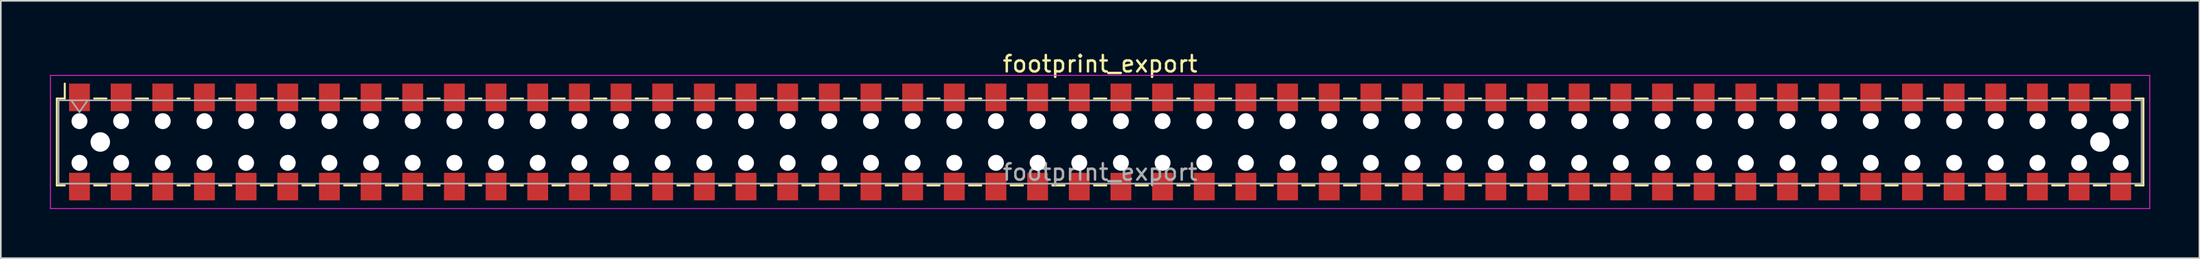
<source format=kicad_pcb>
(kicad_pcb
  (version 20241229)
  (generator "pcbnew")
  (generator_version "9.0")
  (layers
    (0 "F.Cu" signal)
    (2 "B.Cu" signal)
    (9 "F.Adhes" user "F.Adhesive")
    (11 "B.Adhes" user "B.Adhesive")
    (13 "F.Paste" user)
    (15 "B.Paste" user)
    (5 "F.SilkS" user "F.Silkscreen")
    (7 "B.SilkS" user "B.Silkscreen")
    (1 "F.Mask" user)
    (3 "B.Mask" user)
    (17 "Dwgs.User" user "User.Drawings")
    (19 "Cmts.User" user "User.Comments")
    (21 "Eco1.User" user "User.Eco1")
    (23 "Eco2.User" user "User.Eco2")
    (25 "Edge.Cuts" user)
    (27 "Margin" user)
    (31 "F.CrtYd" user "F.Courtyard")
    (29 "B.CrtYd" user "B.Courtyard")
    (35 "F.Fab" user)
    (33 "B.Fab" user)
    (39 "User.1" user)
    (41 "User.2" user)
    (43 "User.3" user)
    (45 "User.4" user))
  (footprint "footprint_export"
    (layer "F.Cu")
    (at 64.025 5.608)
    (property "Reference" "footprint_export" (at 0 -4.76 0) (layer "F.SilkS") (effects (font (size 1 1) (thickness 0.15))))
    (attr smd)
    (fp_line (start -63.61 -2.65) (end -63.61 2.65) (stroke (width 0.12) (type solid)) (layer "F.SilkS"))
    (fp_line (start -63.61 2.65) (end -63.125 2.65) (stroke (width 0.12) (type solid)) (layer "F.SilkS"))
    (fp_line (start -63.125 -3.56) (end -63.125 -2.65) (stroke (width 0.12) (type solid)) (layer "F.SilkS"))
    (fp_line (start -63.125 -2.65) (end -63.61 -2.65) (stroke (width 0.12) (type solid)) (layer "F.SilkS"))
    (fp_line (start -61.335 -2.65) (end -60.585 -2.65) (stroke (width 0.12) (type solid)) (layer "F.SilkS"))
    (fp_line (start -61.335 2.65) (end -60.585 2.65) (stroke (width 0.12) (type solid)) (layer "F.SilkS"))
    (fp_line (start -58.795 -2.65) (end -58.045 -2.65) (stroke (width 0.12) (type solid)) (layer "F.SilkS"))
    (fp_line (start -58.795 2.65) (end -58.045 2.65) (stroke (width 0.12) (type solid)) (layer "F.SilkS"))
    (fp_line (start -56.255 -2.65) (end -55.505 -2.65) (stroke (width 0.12) (type solid)) (layer "F.SilkS"))
    (fp_line (start -56.255 2.65) (end -55.505 2.65) (stroke (width 0.12) (type solid)) (layer "F.SilkS"))
    (fp_line (start -53.715 -2.65) (end -52.965 -2.65) (stroke (width 0.12) (type solid)) (layer "F.SilkS"))
    (fp_line (start -53.715 2.65) (end -52.965 2.65) (stroke (width 0.12) (type solid)) (layer "F.SilkS"))
    (fp_line (start -51.175 -2.65) (end -50.425 -2.65) (stroke (width 0.12) (type solid)) (layer "F.SilkS"))
    (fp_line (start -51.175 2.65) (end -50.425 2.65) (stroke (width 0.12) (type solid)) (layer "F.SilkS"))
    (fp_line (start -48.635 -2.65) (end -47.885 -2.65) (stroke (width 0.12) (type solid)) (layer "F.SilkS"))
    (fp_line (start -48.635 2.65) (end -47.885 2.65) (stroke (width 0.12) (type solid)) (layer "F.SilkS"))
    (fp_line (start -46.095 -2.65) (end -45.345 -2.65) (stroke (width 0.12) (type solid)) (layer "F.SilkS"))
    (fp_line (start -46.095 2.65) (end -45.345 2.65) (stroke (width 0.12) (type solid)) (layer "F.SilkS"))
    (fp_line (start -43.555 -2.65) (end -42.805 -2.65) (stroke (width 0.12) (type solid)) (layer "F.SilkS"))
    (fp_line (start -43.555 2.65) (end -42.805 2.65) (stroke (width 0.12) (type solid)) (layer "F.SilkS"))
    (fp_line (start -41.015 -2.65) (end -40.265 -2.65) (stroke (width 0.12) (type solid)) (layer "F.SilkS"))
    (fp_line (start -41.015 2.65) (end -40.265 2.65) (stroke (width 0.12) (type solid)) (layer "F.SilkS"))
    (fp_line (start -38.475 -2.65) (end -37.725 -2.65) (stroke (width 0.12) (type solid)) (layer "F.SilkS"))
    (fp_line (start -38.475 2.65) (end -37.725 2.65) (stroke (width 0.12) (type solid)) (layer "F.SilkS"))
    (fp_line (start -35.935 -2.65) (end -35.185 -2.65) (stroke (width 0.12) (type solid)) (layer "F.SilkS"))
    (fp_line (start -35.935 2.65) (end -35.185 2.65) (stroke (width 0.12) (type solid)) (layer "F.SilkS"))
    (fp_line (start -33.395 -2.65) (end -32.645 -2.65) (stroke (width 0.12) (type solid)) (layer "F.SilkS"))
    (fp_line (start -33.395 2.65) (end -32.645 2.65) (stroke (width 0.12) (type solid)) (layer "F.SilkS"))
    (fp_line (start -30.855 -2.65) (end -30.105 -2.65) (stroke (width 0.12) (type solid)) (layer "F.SilkS"))
    (fp_line (start -30.855 2.65) (end -30.105 2.65) (stroke (width 0.12) (type solid)) (layer "F.SilkS"))
    (fp_line (start -28.315 -2.65) (end -27.565 -2.65) (stroke (width 0.12) (type solid)) (layer "F.SilkS"))
    (fp_line (start -28.315 2.65) (end -27.565 2.65) (stroke (width 0.12) (type solid)) (layer "F.SilkS"))
    (fp_line (start -25.775 -2.65) (end -25.025 -2.65) (stroke (width 0.12) (type solid)) (layer "F.SilkS"))
    (fp_line (start -25.775 2.65) (end -25.025 2.65) (stroke (width 0.12) (type solid)) (layer "F.SilkS"))
    (fp_line (start -23.235 -2.65) (end -22.485 -2.65) (stroke (width 0.12) (type solid)) (layer "F.SilkS"))
    (fp_line (start -23.235 2.65) (end -22.485 2.65) (stroke (width 0.12) (type solid)) (layer "F.SilkS"))
    (fp_line (start -20.695 -2.65) (end -19.945 -2.65) (stroke (width 0.12) (type solid)) (layer "F.SilkS"))
    (fp_line (start -20.695 2.65) (end -19.945 2.65) (stroke (width 0.12) (type solid)) (layer "F.SilkS"))
    (fp_line (start -18.155 -2.65) (end -17.405 -2.65) (stroke (width 0.12) (type solid)) (layer "F.SilkS"))
    (fp_line (start -18.155 2.65) (end -17.405 2.65) (stroke (width 0.12) (type solid)) (layer "F.SilkS"))
    (fp_line (start -15.615 -2.65) (end -14.865 -2.65) (stroke (width 0.12) (type solid)) (layer "F.SilkS"))
    (fp_line (start -15.615 2.65) (end -14.865 2.65) (stroke (width 0.12) (type solid)) (layer "F.SilkS"))
    (fp_line (start -13.075 -2.65) (end -12.325 -2.65) (stroke (width 0.12) (type solid)) (layer "F.SilkS"))
    (fp_line (start -13.075 2.65) (end -12.325 2.65) (stroke (width 0.12) (type solid)) (layer "F.SilkS"))
    (fp_line (start -10.535 -2.65) (end -9.785 -2.65) (stroke (width 0.12) (type solid)) (layer "F.SilkS"))
    (fp_line (start -10.535 2.65) (end -9.785 2.65) (stroke (width 0.12) (type solid)) (layer "F.SilkS"))
    (fp_line (start -7.995 -2.65) (end -7.245 -2.65) (stroke (width 0.12) (type solid)) (layer "F.SilkS"))
    (fp_line (start -7.995 2.65) (end -7.245 2.65) (stroke (width 0.12) (type solid)) (layer "F.SilkS"))
    (fp_line (start -5.455 -2.65) (end -4.705 -2.65) (stroke (width 0.12) (type solid)) (layer "F.SilkS"))
    (fp_line (start -5.455 2.65) (end -4.705 2.65) (stroke (width 0.12) (type solid)) (layer "F.SilkS"))
    (fp_line (start -2.915 -2.65) (end -2.165 -2.65) (stroke (width 0.12) (type solid)) (layer "F.SilkS"))
    (fp_line (start -2.915 2.65) (end -2.165 2.65) (stroke (width 0.12) (type solid)) (layer "F.SilkS"))
    (fp_line (start -0.375 -2.65) (end 0.375 -2.65) (stroke (width 0.12) (type solid)) (layer "F.SilkS"))
    (fp_line (start -0.375 2.65) (end 0.375 2.65) (stroke (width 0.12) (type solid)) (layer "F.SilkS"))
    (fp_line (start 2.165 -2.65) (end 2.915 -2.65) (stroke (width 0.12) (type solid)) (layer "F.SilkS"))
    (fp_line (start 2.165 2.65) (end 2.915 2.65) (stroke (width 0.12) (type solid)) (layer "F.SilkS"))
    (fp_line (start 4.705 -2.65) (end 5.455 -2.65) (stroke (width 0.12) (type solid)) (layer "F.SilkS"))
    (fp_line (start 4.705 2.65) (end 5.455 2.65) (stroke (width 0.12) (type solid)) (layer "F.SilkS"))
    (fp_line (start 7.245 -2.65) (end 7.995 -2.65) (stroke (width 0.12) (type solid)) (layer "F.SilkS"))
    (fp_line (start 7.245 2.65) (end 7.995 2.65) (stroke (width 0.12) (type solid)) (layer "F.SilkS"))
    (fp_line (start 9.785 -2.65) (end 10.535 -2.65) (stroke (width 0.12) (type solid)) (layer "F.SilkS"))
    (fp_line (start 9.785 2.65) (end 10.535 2.65) (stroke (width 0.12) (type solid)) (layer "F.SilkS"))
    (fp_line (start 12.325 -2.65) (end 13.075 -2.65) (stroke (width 0.12) (type solid)) (layer "F.SilkS"))
    (fp_line (start 12.325 2.65) (end 13.075 2.65) (stroke (width 0.12) (type solid)) (layer "F.SilkS"))
    (fp_line (start 14.865 -2.65) (end 15.615 -2.65) (stroke (width 0.12) (type solid)) (layer "F.SilkS"))
    (fp_line (start 14.865 2.65) (end 15.615 2.65) (stroke (width 0.12) (type solid)) (layer "F.SilkS"))
    (fp_line (start 17.405 -2.65) (end 18.155 -2.65) (stroke (width 0.12) (type solid)) (layer "F.SilkS"))
    (fp_line (start 17.405 2.65) (end 18.155 2.65) (stroke (width 0.12) (type solid)) (layer "F.SilkS"))
    (fp_line (start 19.945 -2.65) (end 20.695 -2.65) (stroke (width 0.12) (type solid)) (layer "F.SilkS"))
    (fp_line (start 19.945 2.65) (end 20.695 2.65) (stroke (width 0.12) (type solid)) (layer "F.SilkS"))
    (fp_line (start 22.485 -2.65) (end 23.235 -2.65) (stroke (width 0.12) (type solid)) (layer "F.SilkS"))
    (fp_line (start 22.485 2.65) (end 23.235 2.65) (stroke (width 0.12) (type solid)) (layer "F.SilkS"))
    (fp_line (start 25.025 -2.65) (end 25.775 -2.65) (stroke (width 0.12) (type solid)) (layer "F.SilkS"))
    (fp_line (start 25.025 2.65) (end 25.775 2.65) (stroke (width 0.12) (type solid)) (layer "F.SilkS"))
    (fp_line (start 27.565 -2.65) (end 28.315 -2.65) (stroke (width 0.12) (type solid)) (layer "F.SilkS"))
    (fp_line (start 27.565 2.65) (end 28.315 2.65) (stroke (width 0.12) (type solid)) (layer "F.SilkS"))
    (fp_line (start 30.105 -2.65) (end 30.855 -2.65) (stroke (width 0.12) (type solid)) (layer "F.SilkS"))
    (fp_line (start 30.105 2.65) (end 30.855 2.65) (stroke (width 0.12) (type solid)) (layer "F.SilkS"))
    (fp_line (start 32.645 -2.65) (end 33.395 -2.65) (stroke (width 0.12) (type solid)) (layer "F.SilkS"))
    (fp_line (start 32.645 2.65) (end 33.395 2.65) (stroke (width 0.12) (type solid)) (layer "F.SilkS"))
    (fp_line (start 35.185 -2.65) (end 35.935 -2.65) (stroke (width 0.12) (type solid)) (layer "F.SilkS"))
    (fp_line (start 35.185 2.65) (end 35.935 2.65) (stroke (width 0.12) (type solid)) (layer "F.SilkS"))
    (fp_line (start 37.725 -2.65) (end 38.475 -2.65) (stroke (width 0.12) (type solid)) (layer "F.SilkS"))
    (fp_line (start 37.725 2.65) (end 38.475 2.65) (stroke (width 0.12) (type solid)) (layer "F.SilkS"))
    (fp_line (start 40.265 -2.65) (end 41.015 -2.65) (stroke (width 0.12) (type solid)) (layer "F.SilkS"))
    (fp_line (start 40.265 2.65) (end 41.015 2.65) (stroke (width 0.12) (type solid)) (layer "F.SilkS"))
    (fp_line (start 42.805 -2.65) (end 43.555 -2.65) (stroke (width 0.12) (type solid)) (layer "F.SilkS"))
    (fp_line (start 42.805 2.65) (end 43.555 2.65) (stroke (width 0.12) (type solid)) (layer "F.SilkS"))
    (fp_line (start 45.345 -2.65) (end 46.095 -2.65) (stroke (width 0.12) (type solid)) (layer "F.SilkS"))
    (fp_line (start 45.345 2.65) (end 46.095 2.65) (stroke (width 0.12) (type solid)) (layer "F.SilkS"))
    (fp_line (start 47.885 -2.65) (end 48.635 -2.65) (stroke (width 0.12) (type solid)) (layer "F.SilkS"))
    (fp_line (start 47.885 2.65) (end 48.635 2.65) (stroke (width 0.12) (type solid)) (layer "F.SilkS"))
    (fp_line (start 50.425 -2.65) (end 51.175 -2.65) (stroke (width 0.12) (type solid)) (layer "F.SilkS"))
    (fp_line (start 50.425 2.65) (end 51.175 2.65) (stroke (width 0.12) (type solid)) (layer "F.SilkS"))
    (fp_line (start 52.965 -2.65) (end 53.715 -2.65) (stroke (width 0.12) (type solid)) (layer "F.SilkS"))
    (fp_line (start 52.965 2.65) (end 53.715 2.65) (stroke (width 0.12) (type solid)) (layer "F.SilkS"))
    (fp_line (start 55.505 -2.65) (end 56.255 -2.65) (stroke (width 0.12) (type solid)) (layer "F.SilkS"))
    (fp_line (start 55.505 2.65) (end 56.255 2.65) (stroke (width 0.12) (type solid)) (layer "F.SilkS"))
    (fp_line (start 58.045 -2.65) (end 58.795 -2.65) (stroke (width 0.12) (type solid)) (layer "F.SilkS"))
    (fp_line (start 58.045 2.65) (end 58.795 2.65) (stroke (width 0.12) (type solid)) (layer "F.SilkS"))
    (fp_line (start 60.585 -2.65) (end 61.335 -2.65) (stroke (width 0.12) (type solid)) (layer "F.SilkS"))
    (fp_line (start 60.585 2.65) (end 61.335 2.65) (stroke (width 0.12) (type solid)) (layer "F.SilkS"))
    (fp_line (start 63.125 -2.65) (end 63.61 -2.65) (stroke (width 0.12) (type solid)) (layer "F.SilkS"))
    (fp_line (start 63.61 -2.65) (end 63.61 2.65) (stroke (width 0.12) (type solid)) (layer "F.SilkS"))
    (fp_line (start 63.61 2.65) (end 63.125 2.65) (stroke (width 0.12) (type solid)) (layer "F.SilkS"))
    (fp_line (start -64 -4.06) (end 64 -4.06) (stroke (width 0.05) (type solid)) (layer "F.CrtYd"))
    (fp_line (start -64 4.06) (end -64 -4.06) (stroke (width 0.05) (type solid)) (layer "F.CrtYd"))
    (fp_line (start 64 -4.06) (end 64 4.06) (stroke (width 0.05) (type solid)) (layer "F.CrtYd"))
    (fp_line (start 64 4.06) (end -64 4.06) (stroke (width 0.05) (type solid)) (layer "F.CrtYd"))
    (fp_line (start -63.5 -2.54) (end 63.5 -2.54) (stroke (width 0.1) (type solid)) (layer "F.Fab"))
    (fp_line (start -63.5 2.54) (end -63.5 -2.54) (stroke (width 0.1) (type solid)) (layer "F.Fab"))
    (fp_line (start -62.73 -2.54) (end -62.23 -1.833) (stroke (width 0.1) (type solid)) (layer "F.Fab"))
    (fp_line (start -62.23 -1.833) (end -61.73 -2.54) (stroke (width 0.1) (type solid)) (layer "F.Fab"))
    (fp_line (start 63.5 -2.54) (end 63.5 2.54) (stroke (width 0.1) (type solid)) (layer "F.Fab"))
    (fp_line (start 63.5 2.54) (end -63.5 2.54) (stroke (width 0.1) (type solid)) (layer "F.Fab"))
    (fp_text user "${REFERENCE}" (at 0 1.84 0) (layer "F.Fab") (effects (font (size 1 1) (thickness 0.15))))
    (pad "" np_thru_hole circle (at -62.23 -1.27) (size 0.97 0.97) (drill 0.97) (layers "*.Cu" "*.Mask"))
    (pad "" np_thru_hole circle (at -62.23 1.27) (size 0.97 0.97) (drill 0.97) (layers "*.Cu" "*.Mask"))
    (pad "" np_thru_hole circle (at -60.96 0) (size 1.19 1.19) (drill 1.19) (layers "*.Cu" "*.Mask"))
    (pad "" np_thru_hole circle (at -59.69 -1.27) (size 0.97 0.97) (drill 0.97) (layers "*.Cu" "*.Mask"))
    (pad "" np_thru_hole circle (at -59.69 1.27) (size 0.97 0.97) (drill 0.97) (layers "*.Cu" "*.Mask"))
    (pad "" np_thru_hole circle (at -57.15 -1.27) (size 0.97 0.97) (drill 0.97) (layers "*.Cu" "*.Mask"))
    (pad "" np_thru_hole circle (at -57.15 1.27) (size 0.97 0.97) (drill 0.97) (layers "*.Cu" "*.Mask"))
    (pad "" np_thru_hole circle (at -54.61 -1.27) (size 0.97 0.97) (drill 0.97) (layers "*.Cu" "*.Mask"))
    (pad "" np_thru_hole circle (at -54.61 1.27) (size 0.97 0.97) (drill 0.97) (layers "*.Cu" "*.Mask"))
    (pad "" np_thru_hole circle (at -52.07 -1.27) (size 0.97 0.97) (drill 0.97) (layers "*.Cu" "*.Mask"))
    (pad "" np_thru_hole circle (at -52.07 1.27) (size 0.97 0.97) (drill 0.97) (layers "*.Cu" "*.Mask"))
    (pad "" np_thru_hole circle (at -49.53 -1.27) (size 0.97 0.97) (drill 0.97) (layers "*.Cu" "*.Mask"))
    (pad "" np_thru_hole circle (at -49.53 1.27) (size 0.97 0.97) (drill 0.97) (layers "*.Cu" "*.Mask"))
    (pad "" np_thru_hole circle (at -46.99 -1.27) (size 0.97 0.97) (drill 0.97) (layers "*.Cu" "*.Mask"))
    (pad "" np_thru_hole circle (at -46.99 1.27) (size 0.97 0.97) (drill 0.97) (layers "*.Cu" "*.Mask"))
    (pad "" np_thru_hole circle (at -44.45 -1.27) (size 0.97 0.97) (drill 0.97) (layers "*.Cu" "*.Mask"))
    (pad "" np_thru_hole circle (at -44.45 1.27) (size 0.97 0.97) (drill 0.97) (layers "*.Cu" "*.Mask"))
    (pad "" np_thru_hole circle (at -41.91 -1.27) (size 0.97 0.97) (drill 0.97) (layers "*.Cu" "*.Mask"))
    (pad "" np_thru_hole circle (at -41.91 1.27) (size 0.97 0.97) (drill 0.97) (layers "*.Cu" "*.Mask"))
    (pad "" np_thru_hole circle (at -39.37 -1.27) (size 0.97 0.97) (drill 0.97) (layers "*.Cu" "*.Mask"))
    (pad "" np_thru_hole circle (at -39.37 1.27) (size 0.97 0.97) (drill 0.97) (layers "*.Cu" "*.Mask"))
    (pad "" np_thru_hole circle (at -36.83 -1.27) (size 0.97 0.97) (drill 0.97) (layers "*.Cu" "*.Mask"))
    (pad "" np_thru_hole circle (at -36.83 1.27) (size 0.97 0.97) (drill 0.97) (layers "*.Cu" "*.Mask"))
    (pad "" np_thru_hole circle (at -34.29 -1.27) (size 0.97 0.97) (drill 0.97) (layers "*.Cu" "*.Mask"))
    (pad "" np_thru_hole circle (at -34.29 1.27) (size 0.97 0.97) (drill 0.97) (layers "*.Cu" "*.Mask"))
    (pad "" np_thru_hole circle (at -31.75 -1.27) (size 0.97 0.97) (drill 0.97) (layers "*.Cu" "*.Mask"))
    (pad "" np_thru_hole circle (at -31.75 1.27) (size 0.97 0.97) (drill 0.97) (layers "*.Cu" "*.Mask"))
    (pad "" np_thru_hole circle (at -29.21 -1.27) (size 0.97 0.97) (drill 0.97) (layers "*.Cu" "*.Mask"))
    (pad "" np_thru_hole circle (at -29.21 1.27) (size 0.97 0.97) (drill 0.97) (layers "*.Cu" "*.Mask"))
    (pad "" np_thru_hole circle (at -26.67 -1.27) (size 0.97 0.97) (drill 0.97) (layers "*.Cu" "*.Mask"))
    (pad "" np_thru_hole circle (at -26.67 1.27) (size 0.97 0.97) (drill 0.97) (layers "*.Cu" "*.Mask"))
    (pad "" np_thru_hole circle (at -24.13 -1.27) (size 0.97 0.97) (drill 0.97) (layers "*.Cu" "*.Mask"))
    (pad "" np_thru_hole circle (at -24.13 1.27) (size 0.97 0.97) (drill 0.97) (layers "*.Cu" "*.Mask"))
    (pad "" np_thru_hole circle (at -21.59 -1.27) (size 0.97 0.97) (drill 0.97) (layers "*.Cu" "*.Mask"))
    (pad "" np_thru_hole circle (at -21.59 1.27) (size 0.97 0.97) (drill 0.97) (layers "*.Cu" "*.Mask"))
    (pad "" np_thru_hole circle (at -19.05 -1.27) (size 0.97 0.97) (drill 0.97) (layers "*.Cu" "*.Mask"))
    (pad "" np_thru_hole circle (at -19.05 1.27) (size 0.97 0.97) (drill 0.97) (layers "*.Cu" "*.Mask"))
    (pad "" np_thru_hole circle (at -16.51 -1.27) (size 0.97 0.97) (drill 0.97) (layers "*.Cu" "*.Mask"))
    (pad "" np_thru_hole circle (at -16.51 1.27) (size 0.97 0.97) (drill 0.97) (layers "*.Cu" "*.Mask"))
    (pad "" np_thru_hole circle (at -13.97 -1.27) (size 0.97 0.97) (drill 0.97) (layers "*.Cu" "*.Mask"))
    (pad "" np_thru_hole circle (at -13.97 1.27) (size 0.97 0.97) (drill 0.97) (layers "*.Cu" "*.Mask"))
    (pad "" np_thru_hole circle (at -11.43 -1.27) (size 0.97 0.97) (drill 0.97) (layers "*.Cu" "*.Mask"))
    (pad "" np_thru_hole circle (at -11.43 1.27) (size 0.97 0.97) (drill 0.97) (layers "*.Cu" "*.Mask"))
    (pad "" np_thru_hole circle (at -8.89 -1.27) (size 0.97 0.97) (drill 0.97) (layers "*.Cu" "*.Mask"))
    (pad "" np_thru_hole circle (at -8.89 1.27) (size 0.97 0.97) (drill 0.97) (layers "*.Cu" "*.Mask"))
    (pad "" np_thru_hole circle (at -6.35 -1.27) (size 0.97 0.97) (drill 0.97) (layers "*.Cu" "*.Mask"))
    (pad "" np_thru_hole circle (at -6.35 1.27) (size 0.97 0.97) (drill 0.97) (layers "*.Cu" "*.Mask"))
    (pad "" np_thru_hole circle (at -3.81 -1.27) (size 0.97 0.97) (drill 0.97) (layers "*.Cu" "*.Mask"))
    (pad "" np_thru_hole circle (at -3.81 1.27) (size 0.97 0.97) (drill 0.97) (layers "*.Cu" "*.Mask"))
    (pad "" np_thru_hole circle (at -1.27 -1.27) (size 0.97 0.97) (drill 0.97) (layers "*.Cu" "*.Mask"))
    (pad "" np_thru_hole circle (at -1.27 1.27) (size 0.97 0.97) (drill 0.97) (layers "*.Cu" "*.Mask"))
    (pad "" np_thru_hole circle (at 1.27 -1.27) (size 0.97 0.97) (drill 0.97) (layers "*.Cu" "*.Mask"))
    (pad "" np_thru_hole circle (at 1.27 1.27) (size 0.97 0.97) (drill 0.97) (layers "*.Cu" "*.Mask"))
    (pad "" np_thru_hole circle (at 3.81 -1.27) (size 0.97 0.97) (drill 0.97) (layers "*.Cu" "*.Mask"))
    (pad "" np_thru_hole circle (at 3.81 1.27) (size 0.97 0.97) (drill 0.97) (layers "*.Cu" "*.Mask"))
    (pad "" np_thru_hole circle (at 6.35 -1.27) (size 0.97 0.97) (drill 0.97) (layers "*.Cu" "*.Mask"))
    (pad "" np_thru_hole circle (at 6.35 1.27) (size 0.97 0.97) (drill 0.97) (layers "*.Cu" "*.Mask"))
    (pad "" np_thru_hole circle (at 8.89 -1.27) (size 0.97 0.97) (drill 0.97) (layers "*.Cu" "*.Mask"))
    (pad "" np_thru_hole circle (at 8.89 1.27) (size 0.97 0.97) (drill 0.97) (layers "*.Cu" "*.Mask"))
    (pad "" np_thru_hole circle (at 11.43 -1.27) (size 0.97 0.97) (drill 0.97) (layers "*.Cu" "*.Mask"))
    (pad "" np_thru_hole circle (at 11.43 1.27) (size 0.97 0.97) (drill 0.97) (layers "*.Cu" "*.Mask"))
    (pad "" np_thru_hole circle (at 13.97 -1.27) (size 0.97 0.97) (drill 0.97) (layers "*.Cu" "*.Mask"))
    (pad "" np_thru_hole circle (at 13.97 1.27) (size 0.97 0.97) (drill 0.97) (layers "*.Cu" "*.Mask"))
    (pad "" np_thru_hole circle (at 16.51 -1.27) (size 0.97 0.97) (drill 0.97) (layers "*.Cu" "*.Mask"))
    (pad "" np_thru_hole circle (at 16.51 1.27) (size 0.97 0.97) (drill 0.97) (layers "*.Cu" "*.Mask"))
    (pad "" np_thru_hole circle (at 19.05 -1.27) (size 0.97 0.97) (drill 0.97) (layers "*.Cu" "*.Mask"))
    (pad "" np_thru_hole circle (at 19.05 1.27) (size 0.97 0.97) (drill 0.97) (layers "*.Cu" "*.Mask"))
    (pad "" np_thru_hole circle (at 21.59 -1.27) (size 0.97 0.97) (drill 0.97) (layers "*.Cu" "*.Mask"))
    (pad "" np_thru_hole circle (at 21.59 1.27) (size 0.97 0.97) (drill 0.97) (layers "*.Cu" "*.Mask"))
    (pad "" np_thru_hole circle (at 24.13 -1.27) (size 0.97 0.97) (drill 0.97) (layers "*.Cu" "*.Mask"))
    (pad "" np_thru_hole circle (at 24.13 1.27) (size 0.97 0.97) (drill 0.97) (layers "*.Cu" "*.Mask"))
    (pad "" np_thru_hole circle (at 26.67 -1.27) (size 0.97 0.97) (drill 0.97) (layers "*.Cu" "*.Mask"))
    (pad "" np_thru_hole circle (at 26.67 1.27) (size 0.97 0.97) (drill 0.97) (layers "*.Cu" "*.Mask"))
    (pad "" np_thru_hole circle (at 29.21 -1.27) (size 0.97 0.97) (drill 0.97) (layers "*.Cu" "*.Mask"))
    (pad "" np_thru_hole circle (at 29.21 1.27) (size 0.97 0.97) (drill 0.97) (layers "*.Cu" "*.Mask"))
    (pad "" np_thru_hole circle (at 31.75 -1.27) (size 0.97 0.97) (drill 0.97) (layers "*.Cu" "*.Mask"))
    (pad "" np_thru_hole circle (at 31.75 1.27) (size 0.97 0.97) (drill 0.97) (layers "*.Cu" "*.Mask"))
    (pad "" np_thru_hole circle (at 34.29 -1.27) (size 0.97 0.97) (drill 0.97) (layers "*.Cu" "*.Mask"))
    (pad "" np_thru_hole circle (at 34.29 1.27) (size 0.97 0.97) (drill 0.97) (layers "*.Cu" "*.Mask"))
    (pad "" np_thru_hole circle (at 36.83 -1.27) (size 0.97 0.97) (drill 0.97) (layers "*.Cu" "*.Mask"))
    (pad "" np_thru_hole circle (at 36.83 1.27) (size 0.97 0.97) (drill 0.97) (layers "*.Cu" "*.Mask"))
    (pad "" np_thru_hole circle (at 39.37 -1.27) (size 0.97 0.97) (drill 0.97) (layers "*.Cu" "*.Mask"))
    (pad "" np_thru_hole circle (at 39.37 1.27) (size 0.97 0.97) (drill 0.97) (layers "*.Cu" "*.Mask"))
    (pad "" np_thru_hole circle (at 41.91 -1.27) (size 0.97 0.97) (drill 0.97) (layers "*.Cu" "*.Mask"))
    (pad "" np_thru_hole circle (at 41.91 1.27) (size 0.97 0.97) (drill 0.97) (layers "*.Cu" "*.Mask"))
    (pad "" np_thru_hole circle (at 44.45 -1.27) (size 0.97 0.97) (drill 0.97) (layers "*.Cu" "*.Mask"))
    (pad "" np_thru_hole circle (at 44.45 1.27) (size 0.97 0.97) (drill 0.97) (layers "*.Cu" "*.Mask"))
    (pad "" np_thru_hole circle (at 46.99 -1.27) (size 0.97 0.97) (drill 0.97) (layers "*.Cu" "*.Mask"))
    (pad "" np_thru_hole circle (at 46.99 1.27) (size 0.97 0.97) (drill 0.97) (layers "*.Cu" "*.Mask"))
    (pad "" np_thru_hole circle (at 49.53 -1.27) (size 0.97 0.97) (drill 0.97) (layers "*.Cu" "*.Mask"))
    (pad "" np_thru_hole circle (at 49.53 1.27) (size 0.97 0.97) (drill 0.97) (layers "*.Cu" "*.Mask"))
    (pad "" np_thru_hole circle (at 52.07 -1.27) (size 0.97 0.97) (drill 0.97) (layers "*.Cu" "*.Mask"))
    (pad "" np_thru_hole circle (at 52.07 1.27) (size 0.97 0.97) (drill 0.97) (layers "*.Cu" "*.Mask"))
    (pad "" np_thru_hole circle (at 54.61 -1.27) (size 0.97 0.97) (drill 0.97) (layers "*.Cu" "*.Mask"))
    (pad "" np_thru_hole circle (at 54.61 1.27) (size 0.97 0.97) (drill 0.97) (layers "*.Cu" "*.Mask"))
    (pad "" np_thru_hole circle (at 57.15 -1.27) (size 0.97 0.97) (drill 0.97) (layers "*.Cu" "*.Mask"))
    (pad "" np_thru_hole circle (at 57.15 1.27) (size 0.97 0.97) (drill 0.97) (layers "*.Cu" "*.Mask"))
    (pad "" np_thru_hole circle (at 59.69 -1.27) (size 0.97 0.97) (drill 0.97) (layers "*.Cu" "*.Mask"))
    (pad "" np_thru_hole circle (at 59.69 1.27) (size 0.97 0.97) (drill 0.97) (layers "*.Cu" "*.Mask"))
    (pad "" np_thru_hole circle (at 60.96 0) (size 1.19 1.19) (drill 1.19) (layers "*.Cu" "*.Mask"))
    (pad "" np_thru_hole circle (at 62.23 -1.27) (size 0.97 0.97) (drill 0.97) (layers "*.Cu" "*.Mask"))
    (pad "" np_thru_hole circle (at 62.23 1.27) (size 0.97 0.97) (drill 0.97) (layers "*.Cu" "*.Mask"))
    (pad "1" smd rect (at -62.23 -2.72) (size 1.27 1.68) (layers "F.Cu" "F.Mask" "F.Paste"))
    (pad "2" smd rect (at -62.23 2.72) (size 1.27 1.68) (layers "F.Cu" "F.Mask" "F.Paste"))
    (pad "3" smd rect (at -59.69 -2.72) (size 1.27 1.68) (layers "F.Cu" "F.Mask" "F.Paste"))
    (pad "4" smd rect (at -59.69 2.72) (size 1.27 1.68) (layers "F.Cu" "F.Mask" "F.Paste"))
    (pad "5" smd rect (at -57.15 -2.72) (size 1.27 1.68) (layers "F.Cu" "F.Mask" "F.Paste"))
    (pad "6" smd rect (at -57.15 2.72) (size 1.27 1.68) (layers "F.Cu" "F.Mask" "F.Paste"))
    (pad "7" smd rect (at -54.61 -2.72) (size 1.27 1.68) (layers "F.Cu" "F.Mask" "F.Paste"))
    (pad "8" smd rect (at -54.61 2.72) (size 1.27 1.68) (layers "F.Cu" "F.Mask" "F.Paste"))
    (pad "9" smd rect (at -52.07 -2.72) (size 1.27 1.68) (layers "F.Cu" "F.Mask" "F.Paste"))
    (pad "10" smd rect (at -52.07 2.72) (size 1.27 1.68) (layers "F.Cu" "F.Mask" "F.Paste"))
    (pad "11" smd rect (at -49.53 -2.72) (size 1.27 1.68) (layers "F.Cu" "F.Mask" "F.Paste"))
    (pad "12" smd rect (at -49.53 2.72) (size 1.27 1.68) (layers "F.Cu" "F.Mask" "F.Paste"))
    (pad "13" smd rect (at -46.99 -2.72) (size 1.27 1.68) (layers "F.Cu" "F.Mask" "F.Paste"))
    (pad "14" smd rect (at -46.99 2.72) (size 1.27 1.68) (layers "F.Cu" "F.Mask" "F.Paste"))
    (pad "15" smd rect (at -44.45 -2.72) (size 1.27 1.68) (layers "F.Cu" "F.Mask" "F.Paste"))
    (pad "16" smd rect (at -44.45 2.72) (size 1.27 1.68) (layers "F.Cu" "F.Mask" "F.Paste"))
    (pad "17" smd rect (at -41.91 -2.72) (size 1.27 1.68) (layers "F.Cu" "F.Mask" "F.Paste"))
    (pad "18" smd rect (at -41.91 2.72) (size 1.27 1.68) (layers "F.Cu" "F.Mask" "F.Paste"))
    (pad "19" smd rect (at -39.37 -2.72) (size 1.27 1.68) (layers "F.Cu" "F.Mask" "F.Paste"))
    (pad "20" smd rect (at -39.37 2.72) (size 1.27 1.68) (layers "F.Cu" "F.Mask" "F.Paste"))
    (pad "21" smd rect (at -36.83 -2.72) (size 1.27 1.68) (layers "F.Cu" "F.Mask" "F.Paste"))
    (pad "22" smd rect (at -36.83 2.72) (size 1.27 1.68) (layers "F.Cu" "F.Mask" "F.Paste"))
    (pad "23" smd rect (at -34.29 -2.72) (size 1.27 1.68) (layers "F.Cu" "F.Mask" "F.Paste"))
    (pad "24" smd rect (at -34.29 2.72) (size 1.27 1.68) (layers "F.Cu" "F.Mask" "F.Paste"))
    (pad "25" smd rect (at -31.75 -2.72) (size 1.27 1.68) (layers "F.Cu" "F.Mask" "F.Paste"))
    (pad "26" smd rect (at -31.75 2.72) (size 1.27 1.68) (layers "F.Cu" "F.Mask" "F.Paste"))
    (pad "27" smd rect (at -29.21 -2.72) (size 1.27 1.68) (layers "F.Cu" "F.Mask" "F.Paste"))
    (pad "28" smd rect (at -29.21 2.72) (size 1.27 1.68) (layers "F.Cu" "F.Mask" "F.Paste"))
    (pad "29" smd rect (at -26.67 -2.72) (size 1.27 1.68) (layers "F.Cu" "F.Mask" "F.Paste"))
    (pad "30" smd rect (at -26.67 2.72) (size 1.27 1.68) (layers "F.Cu" "F.Mask" "F.Paste"))
    (pad "31" smd rect (at -24.13 -2.72) (size 1.27 1.68) (layers "F.Cu" "F.Mask" "F.Paste"))
    (pad "32" smd rect (at -24.13 2.72) (size 1.27 1.68) (layers "F.Cu" "F.Mask" "F.Paste"))
    (pad "33" smd rect (at -21.59 -2.72) (size 1.27 1.68) (layers "F.Cu" "F.Mask" "F.Paste"))
    (pad "34" smd rect (at -21.59 2.72) (size 1.27 1.68) (layers "F.Cu" "F.Mask" "F.Paste"))
    (pad "35" smd rect (at -19.05 -2.72) (size 1.27 1.68) (layers "F.Cu" "F.Mask" "F.Paste"))
    (pad "36" smd rect (at -19.05 2.72) (size 1.27 1.68) (layers "F.Cu" "F.Mask" "F.Paste"))
    (pad "37" smd rect (at -16.51 -2.72) (size 1.27 1.68) (layers "F.Cu" "F.Mask" "F.Paste"))
    (pad "38" smd rect (at -16.51 2.72) (size 1.27 1.68) (layers "F.Cu" "F.Mask" "F.Paste"))
    (pad "39" smd rect (at -13.97 -2.72) (size 1.27 1.68) (layers "F.Cu" "F.Mask" "F.Paste"))
    (pad "40" smd rect (at -13.97 2.72) (size 1.27 1.68) (layers "F.Cu" "F.Mask" "F.Paste"))
    (pad "41" smd rect (at -11.43 -2.72) (size 1.27 1.68) (layers "F.Cu" "F.Mask" "F.Paste"))
    (pad "42" smd rect (at -11.43 2.72) (size 1.27 1.68) (layers "F.Cu" "F.Mask" "F.Paste"))
    (pad "43" smd rect (at -8.89 -2.72) (size 1.27 1.68) (layers "F.Cu" "F.Mask" "F.Paste"))
    (pad "44" smd rect (at -8.89 2.72) (size 1.27 1.68) (layers "F.Cu" "F.Mask" "F.Paste"))
    (pad "45" smd rect (at -6.35 -2.72) (size 1.27 1.68) (layers "F.Cu" "F.Mask" "F.Paste"))
    (pad "46" smd rect (at -6.35 2.72) (size 1.27 1.68) (layers "F.Cu" "F.Mask" "F.Paste"))
    (pad "47" smd rect (at -3.81 -2.72) (size 1.27 1.68) (layers "F.Cu" "F.Mask" "F.Paste"))
    (pad "48" smd rect (at -3.81 2.72) (size 1.27 1.68) (layers "F.Cu" "F.Mask" "F.Paste"))
    (pad "49" smd rect (at -1.27 -2.72) (size 1.27 1.68) (layers "F.Cu" "F.Mask" "F.Paste"))
    (pad "50" smd rect (at -1.27 2.72) (size 1.27 1.68) (layers "F.Cu" "F.Mask" "F.Paste"))
    (pad "51" smd rect (at 1.27 -2.72) (size 1.27 1.68) (layers "F.Cu" "F.Mask" "F.Paste"))
    (pad "52" smd rect (at 1.27 2.72) (size 1.27 1.68) (layers "F.Cu" "F.Mask" "F.Paste"))
    (pad "53" smd rect (at 3.81 -2.72) (size 1.27 1.68) (layers "F.Cu" "F.Mask" "F.Paste"))
    (pad "54" smd rect (at 3.81 2.72) (size 1.27 1.68) (layers "F.Cu" "F.Mask" "F.Paste"))
    (pad "55" smd rect (at 6.35 -2.72) (size 1.27 1.68) (layers "F.Cu" "F.Mask" "F.Paste"))
    (pad "56" smd rect (at 6.35 2.72) (size 1.27 1.68) (layers "F.Cu" "F.Mask" "F.Paste"))
    (pad "57" smd rect (at 8.89 -2.72) (size 1.27 1.68) (layers "F.Cu" "F.Mask" "F.Paste"))
    (pad "58" smd rect (at 8.89 2.72) (size 1.27 1.68) (layers "F.Cu" "F.Mask" "F.Paste"))
    (pad "59" smd rect (at 11.43 -2.72) (size 1.27 1.68) (layers "F.Cu" "F.Mask" "F.Paste"))
    (pad "60" smd rect (at 11.43 2.72) (size 1.27 1.68) (layers "F.Cu" "F.Mask" "F.Paste"))
    (pad "61" smd rect (at 13.97 -2.72) (size 1.27 1.68) (layers "F.Cu" "F.Mask" "F.Paste"))
    (pad "62" smd rect (at 13.97 2.72) (size 1.27 1.68) (layers "F.Cu" "F.Mask" "F.Paste"))
    (pad "63" smd rect (at 16.51 -2.72) (size 1.27 1.68) (layers "F.Cu" "F.Mask" "F.Paste"))
    (pad "64" smd rect (at 16.51 2.72) (size 1.27 1.68) (layers "F.Cu" "F.Mask" "F.Paste"))
    (pad "65" smd rect (at 19.05 -2.72) (size 1.27 1.68) (layers "F.Cu" "F.Mask" "F.Paste"))
    (pad "66" smd rect (at 19.05 2.72) (size 1.27 1.68) (layers "F.Cu" "F.Mask" "F.Paste"))
    (pad "67" smd rect (at 21.59 -2.72) (size 1.27 1.68) (layers "F.Cu" "F.Mask" "F.Paste"))
    (pad "68" smd rect (at 21.59 2.72) (size 1.27 1.68) (layers "F.Cu" "F.Mask" "F.Paste"))
    (pad "69" smd rect (at 24.13 -2.72) (size 1.27 1.68) (layers "F.Cu" "F.Mask" "F.Paste"))
    (pad "70" smd rect (at 24.13 2.72) (size 1.27 1.68) (layers "F.Cu" "F.Mask" "F.Paste"))
    (pad "71" smd rect (at 26.67 -2.72) (size 1.27 1.68) (layers "F.Cu" "F.Mask" "F.Paste"))
    (pad "72" smd rect (at 26.67 2.72) (size 1.27 1.68) (layers "F.Cu" "F.Mask" "F.Paste"))
    (pad "73" smd rect (at 29.21 -2.72) (size 1.27 1.68) (layers "F.Cu" "F.Mask" "F.Paste"))
    (pad "74" smd rect (at 29.21 2.72) (size 1.27 1.68) (layers "F.Cu" "F.Mask" "F.Paste"))
    (pad "75" smd rect (at 31.75 -2.72) (size 1.27 1.68) (layers "F.Cu" "F.Mask" "F.Paste"))
    (pad "76" smd rect (at 31.75 2.72) (size 1.27 1.68) (layers "F.Cu" "F.Mask" "F.Paste"))
    (pad "77" smd rect (at 34.29 -2.72) (size 1.27 1.68) (layers "F.Cu" "F.Mask" "F.Paste"))
    (pad "78" smd rect (at 34.29 2.72) (size 1.27 1.68) (layers "F.Cu" "F.Mask" "F.Paste"))
    (pad "79" smd rect (at 36.83 -2.72) (size 1.27 1.68) (layers "F.Cu" "F.Mask" "F.Paste"))
    (pad "80" smd rect (at 36.83 2.72) (size 1.27 1.68) (layers "F.Cu" "F.Mask" "F.Paste"))
    (pad "81" smd rect (at 39.37 -2.72) (size 1.27 1.68) (layers "F.Cu" "F.Mask" "F.Paste"))
    (pad "82" smd rect (at 39.37 2.72) (size 1.27 1.68) (layers "F.Cu" "F.Mask" "F.Paste"))
    (pad "83" smd rect (at 41.91 -2.72) (size 1.27 1.68) (layers "F.Cu" "F.Mask" "F.Paste"))
    (pad "84" smd rect (at 41.91 2.72) (size 1.27 1.68) (layers "F.Cu" "F.Mask" "F.Paste"))
    (pad "85" smd rect (at 44.45 -2.72) (size 1.27 1.68) (layers "F.Cu" "F.Mask" "F.Paste"))
    (pad "86" smd rect (at 44.45 2.72) (size 1.27 1.68) (layers "F.Cu" "F.Mask" "F.Paste"))
    (pad "87" smd rect (at 46.99 -2.72) (size 1.27 1.68) (layers "F.Cu" "F.Mask" "F.Paste"))
    (pad "88" smd rect (at 46.99 2.72) (size 1.27 1.68) (layers "F.Cu" "F.Mask" "F.Paste"))
    (pad "89" smd rect (at 49.53 -2.72) (size 1.27 1.68) (layers "F.Cu" "F.Mask" "F.Paste"))
    (pad "90" smd rect (at 49.53 2.72) (size 1.27 1.68) (layers "F.Cu" "F.Mask" "F.Paste"))
    (pad "91" smd rect (at 52.07 -2.72) (size 1.27 1.68) (layers "F.Cu" "F.Mask" "F.Paste"))
    (pad "92" smd rect (at 52.07 2.72) (size 1.27 1.68) (layers "F.Cu" "F.Mask" "F.Paste"))
    (pad "93" smd rect (at 54.61 -2.72) (size 1.27 1.68) (layers "F.Cu" "F.Mask" "F.Paste"))
    (pad "94" smd rect (at 54.61 2.72) (size 1.27 1.68) (layers "F.Cu" "F.Mask" "F.Paste"))
    (pad "95" smd rect (at 57.15 -2.72) (size 1.27 1.68) (layers "F.Cu" "F.Mask" "F.Paste"))
    (pad "96" smd rect (at 57.15 2.72) (size 1.27 1.68) (layers "F.Cu" "F.Mask" "F.Paste"))
    (pad "97" smd rect (at 59.69 -2.72) (size 1.27 1.68) (layers "F.Cu" "F.Mask" "F.Paste"))
    (pad "98" smd rect (at 59.69 2.72) (size 1.27 1.68) (layers "F.Cu" "F.Mask" "F.Paste"))
    (pad "99" smd rect (at 62.23 -2.72) (size 1.27 1.68) (layers "F.Cu" "F.Mask" "F.Paste"))
    (pad "100" smd rect (at 62.23 2.72) (size 1.27 1.68) (layers "F.Cu" "F.Mask" "F.Paste")))
  (gr_rect
    (start -3 -3)
    (end 131.05 12.693)
    (stroke (width 0.1) (type default))
    (fill no)
    (layer "Edge.Cuts")))
</source>
